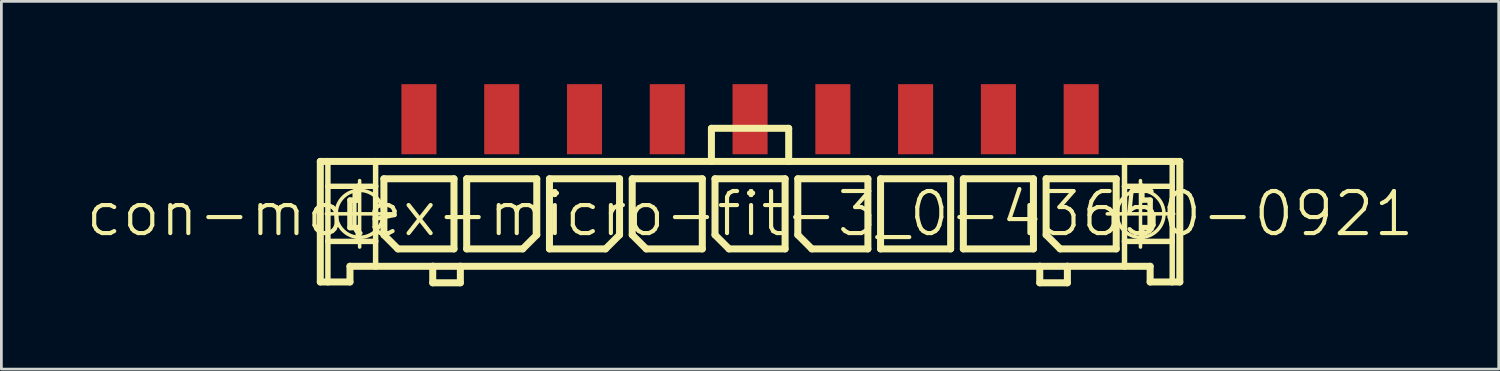
<source format=kicad_pcb>
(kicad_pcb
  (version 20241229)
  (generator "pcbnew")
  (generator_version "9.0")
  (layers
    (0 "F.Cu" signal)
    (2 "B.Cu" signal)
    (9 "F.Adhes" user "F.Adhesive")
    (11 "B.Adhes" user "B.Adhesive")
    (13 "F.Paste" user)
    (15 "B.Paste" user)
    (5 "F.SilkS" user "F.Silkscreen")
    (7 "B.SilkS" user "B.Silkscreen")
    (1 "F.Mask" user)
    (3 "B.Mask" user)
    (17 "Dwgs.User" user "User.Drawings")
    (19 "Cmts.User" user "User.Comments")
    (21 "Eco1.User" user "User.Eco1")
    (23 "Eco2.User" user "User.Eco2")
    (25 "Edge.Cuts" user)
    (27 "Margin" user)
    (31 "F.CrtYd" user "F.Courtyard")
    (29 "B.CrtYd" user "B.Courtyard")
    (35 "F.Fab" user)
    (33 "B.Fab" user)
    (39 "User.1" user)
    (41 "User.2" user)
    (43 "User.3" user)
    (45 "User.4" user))
  (footprint "con-molex-micro-fit-3_0-43650-0921"
    (layer "F.Cu")
    (at 24.13 4.699)
    (property "Reference" "con-molex-micro-fit-3_0-43650-0921" (at 0 0 0) (layer "F.SilkS") (effects (font (size 1.524 1.524) (thickness 0.15))))
    (attr smd)
    (fp_line (start -15.573 -1.9) (end -15.298 -1.9) (stroke (width 0.254) (type solid)) (layer "F.SilkS"))
    (fp_line (start -15.573 2.469) (end -15.573 -1.9) (stroke (width 0.254) (type solid)) (layer "F.SilkS"))
    (fp_line (start -15.354 0) (end -12.944 0) (stroke (width 0.127) (type solid)) (layer "F.SilkS"))
    (fp_line (start -15.298 -1.9) (end -13.569 -1.9) (stroke (width 0.254) (type solid)) (layer "F.SilkS"))
    (fp_line (start -15.298 -0.998) (end -15.298 -1.9) (stroke (width 0.198) (type solid)) (layer "F.SilkS"))
    (fp_line (start -15.298 0.998) (end -15.298 -0.998) (stroke (width 0.198) (type solid)) (layer "F.SilkS"))
    (fp_line (start -15.298 2.469) (end -15.573 2.469) (stroke (width 0.254) (type solid)) (layer "F.SilkS"))
    (fp_line (start -15.298 2.469) (end -15.298 0.998) (stroke (width 0.198) (type solid)) (layer "F.SilkS"))
    (fp_line (start -14.498 -0.498) (end -14.498 0.498) (stroke (width 0.198) (type solid)) (layer "F.SilkS"))
    (fp_line (start -14.498 0.498) (end -14.199 0.498) (stroke (width 0.198) (type solid)) (layer "F.SilkS"))
    (fp_line (start -14.498 1.9) (end -14.498 2.469) (stroke (width 0.254) (type solid)) (layer "F.SilkS"))
    (fp_line (start -14.498 2.469) (end -15.298 2.469) (stroke (width 0.254) (type solid)) (layer "F.SilkS"))
    (fp_line (start -14.199 -0.998) (end -15.298 -0.998) (stroke (width 0.198) (type solid)) (layer "F.SilkS"))
    (fp_line (start -14.199 -0.998) (end -14.199 -0.498) (stroke (width 0.198) (type solid)) (layer "F.SilkS"))
    (fp_line (start -14.199 -0.498) (end -14.498 -0.498) (stroke (width 0.198) (type solid)) (layer "F.SilkS"))
    (fp_line (start -14.199 0.498) (end -14.199 0.998) (stroke (width 0.198) (type solid)) (layer "F.SilkS"))
    (fp_line (start -14.199 0.998) (end -15.298 0.998) (stroke (width 0.198) (type solid)) (layer "F.SilkS"))
    (fp_line (start -14.148 1.204) (end -14.148 -1.204) (stroke (width 0.127) (type solid)) (layer "F.SilkS"))
    (fp_line (start -13.569 -1.9) (end -1.4 -1.9) (stroke (width 0.254) (type solid)) (layer "F.SilkS"))
    (fp_line (start -13.569 -0.998) (end -14.199 -0.998) (stroke (width 0.198) (type solid)) (layer "F.SilkS"))
    (fp_line (start -13.569 -0.998) (end -13.569 -1.9) (stroke (width 0.198) (type solid)) (layer "F.SilkS"))
    (fp_line (start -13.569 0.998) (end -14.199 0.998) (stroke (width 0.198) (type solid)) (layer "F.SilkS"))
    (fp_line (start -13.569 0.998) (end -13.569 -0.998) (stroke (width 0.198) (type solid)) (layer "F.SilkS"))
    (fp_line (start -13.569 1.9) (end -14.498 1.9) (stroke (width 0.254) (type solid)) (layer "F.SilkS"))
    (fp_line (start -13.569 1.9) (end -13.569 0.998) (stroke (width 0.198) (type solid)) (layer "F.SilkS"))
    (fp_line (start -13.269 -1.27) (end -10.729 -1.27) (stroke (width 0.254) (type solid)) (layer "F.SilkS"))
    (fp_line (start -13.269 0.762) (end -13.269 -1.27) (stroke (width 0.254) (type solid)) (layer "F.SilkS"))
    (fp_line (start -12.761 1.27) (end -13.269 0.762) (stroke (width 0.254) (type solid)) (layer "F.SilkS"))
    (fp_line (start -11.499 1.9) (end -13.569 1.9) (stroke (width 0.254) (type solid)) (layer "F.SilkS"))
    (fp_line (start -11.499 1.9) (end -11.499 2.499) (stroke (width 0.254) (type solid)) (layer "F.SilkS"))
    (fp_line (start -11.499 2.499) (end -10.498 2.499) (stroke (width 0.254) (type solid)) (layer "F.SilkS"))
    (fp_line (start -10.729 -1.27) (end -10.729 1.27) (stroke (width 0.254) (type solid)) (layer "F.SilkS"))
    (fp_line (start -10.729 1.27) (end -12.761 1.27) (stroke (width 0.254) (type solid)) (layer "F.SilkS"))
    (fp_line (start -10.498 1.9) (end -11.499 1.9) (stroke (width 0.254) (type solid)) (layer "F.SilkS"))
    (fp_line (start -10.498 2.499) (end -10.498 1.9) (stroke (width 0.254) (type solid)) (layer "F.SilkS"))
    (fp_line (start -10.269 -1.27) (end -7.729 -1.27) (stroke (width 0.254) (type solid)) (layer "F.SilkS"))
    (fp_line (start -10.269 1.27) (end -10.269 -1.27) (stroke (width 0.254) (type solid)) (layer "F.SilkS"))
    (fp_line (start -8.237 1.27) (end -10.269 1.27) (stroke (width 0.254) (type solid)) (layer "F.SilkS"))
    (fp_line (start -7.729 -1.27) (end -7.729 0.762) (stroke (width 0.254) (type solid)) (layer "F.SilkS"))
    (fp_line (start -7.729 0.762) (end -8.237 1.27) (stroke (width 0.254) (type solid)) (layer "F.SilkS"))
    (fp_line (start -7.269 -1.27) (end -4.729 -1.27) (stroke (width 0.254) (type solid)) (layer "F.SilkS"))
    (fp_line (start -7.269 1.27) (end -7.269 -1.27) (stroke (width 0.254) (type solid)) (layer "F.SilkS"))
    (fp_line (start -5.237 1.27) (end -7.269 1.27) (stroke (width 0.254) (type solid)) (layer "F.SilkS"))
    (fp_line (start -4.729 -1.27) (end -4.729 0.762) (stroke (width 0.254) (type solid)) (layer "F.SilkS"))
    (fp_line (start -4.729 0.762) (end -5.237 1.27) (stroke (width 0.254) (type solid)) (layer "F.SilkS"))
    (fp_line (start -4.27 -1.27) (end -1.73 -1.27) (stroke (width 0.254) (type solid)) (layer "F.SilkS"))
    (fp_line (start -4.27 0.762) (end -4.27 -1.27) (stroke (width 0.254) (type solid)) (layer "F.SilkS"))
    (fp_line (start -3.762 1.27) (end -4.27 0.762) (stroke (width 0.254) (type solid)) (layer "F.SilkS"))
    (fp_line (start -1.73 -1.27) (end -1.73 1.27) (stroke (width 0.254) (type solid)) (layer "F.SilkS"))
    (fp_line (start -1.73 1.27) (end -3.762 1.27) (stroke (width 0.254) (type solid)) (layer "F.SilkS"))
    (fp_line (start -1.4 -3.099) (end -1.4 -1.9) (stroke (width 0.254) (type solid)) (layer "F.SilkS"))
    (fp_line (start -1.4 -3.099) (end 1.4 -3.099) (stroke (width 0.254) (type solid)) (layer "F.SilkS"))
    (fp_line (start -1.4 -1.9) (end 1.4 -1.9) (stroke (width 0.254) (type solid)) (layer "F.SilkS"))
    (fp_line (start -1.27 -1.27) (end 1.27 -1.27) (stroke (width 0.254) (type solid)) (layer "F.SilkS"))
    (fp_line (start -1.27 0.762) (end -1.27 -1.27) (stroke (width 0.254) (type solid)) (layer "F.SilkS"))
    (fp_line (start -0.762 1.27) (end -1.27 0.762) (stroke (width 0.254) (type solid)) (layer "F.SilkS"))
    (fp_line (start 1.27 -1.27) (end 1.27 1.27) (stroke (width 0.254) (type solid)) (layer "F.SilkS"))
    (fp_line (start 1.27 1.27) (end -0.762 1.27) (stroke (width 0.254) (type solid)) (layer "F.SilkS"))
    (fp_line (start 1.4 -3.099) (end 1.4 -1.9) (stroke (width 0.254) (type solid)) (layer "F.SilkS"))
    (fp_line (start 1.4 -1.9) (end 13.569 -1.9) (stroke (width 0.254) (type solid)) (layer "F.SilkS"))
    (fp_line (start 1.73 -1.27) (end 4.27 -1.27) (stroke (width 0.254) (type solid)) (layer "F.SilkS"))
    (fp_line (start 1.73 0.762) (end 1.73 -1.27) (stroke (width 0.254) (type solid)) (layer "F.SilkS"))
    (fp_line (start 2.238 1.27) (end 1.73 0.762) (stroke (width 0.254) (type solid)) (layer "F.SilkS"))
    (fp_line (start 4.27 -1.27) (end 4.27 1.27) (stroke (width 0.254) (type solid)) (layer "F.SilkS"))
    (fp_line (start 4.27 1.27) (end 2.238 1.27) (stroke (width 0.254) (type solid)) (layer "F.SilkS"))
    (fp_line (start 4.729 -1.27) (end 7.269 -1.27) (stroke (width 0.254) (type solid)) (layer "F.SilkS"))
    (fp_line (start 4.729 1.27) (end 4.729 -1.27) (stroke (width 0.254) (type solid)) (layer "F.SilkS"))
    (fp_line (start 7.269 -1.27) (end 7.269 1.27) (stroke (width 0.254) (type solid)) (layer "F.SilkS"))
    (fp_line (start 7.269 1.27) (end 4.729 1.27) (stroke (width 0.254) (type solid)) (layer "F.SilkS"))
    (fp_line (start 7.729 -1.27) (end 10.269 -1.27) (stroke (width 0.254) (type solid)) (layer "F.SilkS"))
    (fp_line (start 7.729 1.27) (end 7.729 -1.27) (stroke (width 0.254) (type solid)) (layer "F.SilkS"))
    (fp_line (start 10.269 -1.27) (end 10.269 1.27) (stroke (width 0.254) (type solid)) (layer "F.SilkS"))
    (fp_line (start 10.269 1.27) (end 7.729 1.27) (stroke (width 0.254) (type solid)) (layer "F.SilkS"))
    (fp_line (start 10.498 1.9) (end -10.498 1.9) (stroke (width 0.254) (type solid)) (layer "F.SilkS"))
    (fp_line (start 10.498 1.9) (end 10.498 2.499) (stroke (width 0.254) (type solid)) (layer "F.SilkS"))
    (fp_line (start 10.498 2.499) (end 11.499 2.499) (stroke (width 0.254) (type solid)) (layer "F.SilkS"))
    (fp_line (start 10.729 -1.27) (end 13.269 -1.27) (stroke (width 0.254) (type solid)) (layer "F.SilkS"))
    (fp_line (start 10.729 0.762) (end 10.729 -1.27) (stroke (width 0.254) (type solid)) (layer "F.SilkS"))
    (fp_line (start 11.237 1.27) (end 10.729 0.762) (stroke (width 0.254) (type solid)) (layer "F.SilkS"))
    (fp_line (start 11.499 1.9) (end 10.498 1.9) (stroke (width 0.254) (type solid)) (layer "F.SilkS"))
    (fp_line (start 11.499 2.499) (end 11.499 1.9) (stroke (width 0.254) (type solid)) (layer "F.SilkS"))
    (fp_line (start 12.944 0) (end 15.354 0) (stroke (width 0.127) (type solid)) (layer "F.SilkS"))
    (fp_line (start 13.269 -1.27) (end 13.269 1.27) (stroke (width 0.254) (type solid)) (layer "F.SilkS"))
    (fp_line (start 13.269 1.27) (end 11.237 1.27) (stroke (width 0.254) (type solid)) (layer "F.SilkS"))
    (fp_line (start 13.569 -1.9) (end 13.569 -0.998) (stroke (width 0.198) (type solid)) (layer "F.SilkS"))
    (fp_line (start 13.569 -1.9) (end 15.298 -1.9) (stroke (width 0.254) (type solid)) (layer "F.SilkS"))
    (fp_line (start 13.569 -0.998) (end 13.569 0.998) (stroke (width 0.198) (type solid)) (layer "F.SilkS"))
    (fp_line (start 13.569 -0.998) (end 14.199 -0.998) (stroke (width 0.198) (type solid)) (layer "F.SilkS"))
    (fp_line (start 13.569 0.998) (end 13.569 1.9) (stroke (width 0.198) (type solid)) (layer "F.SilkS"))
    (fp_line (start 13.569 0.998) (end 14.199 0.998) (stroke (width 0.198) (type solid)) (layer "F.SilkS"))
    (fp_line (start 13.569 1.9) (end 11.499 1.9) (stroke (width 0.254) (type solid)) (layer "F.SilkS"))
    (fp_line (start 14.148 1.204) (end 14.148 -1.204) (stroke (width 0.127) (type solid)) (layer "F.SilkS"))
    (fp_line (start 14.199 -0.998) (end 14.199 -0.498) (stroke (width 0.198) (type solid)) (layer "F.SilkS"))
    (fp_line (start 14.199 -0.998) (end 15.298 -0.998) (stroke (width 0.198) (type solid)) (layer "F.SilkS"))
    (fp_line (start 14.199 -0.498) (end 14.498 -0.498) (stroke (width 0.198) (type solid)) (layer "F.SilkS"))
    (fp_line (start 14.199 0.498) (end 14.199 0.998) (stroke (width 0.198) (type solid)) (layer "F.SilkS"))
    (fp_line (start 14.199 0.998) (end 15.298 0.998) (stroke (width 0.198) (type solid)) (layer "F.SilkS"))
    (fp_line (start 14.498 -0.498) (end 14.498 0.498) (stroke (width 0.198) (type solid)) (layer "F.SilkS"))
    (fp_line (start 14.498 0.498) (end 14.199 0.498) (stroke (width 0.198) (type solid)) (layer "F.SilkS"))
    (fp_line (start 14.498 1.9) (end 13.569 1.9) (stroke (width 0.254) (type solid)) (layer "F.SilkS"))
    (fp_line (start 14.498 2.469) (end 14.498 1.9) (stroke (width 0.254) (type solid)) (layer "F.SilkS"))
    (fp_line (start 14.498 2.469) (end 15.298 2.469) (stroke (width 0.254) (type solid)) (layer "F.SilkS"))
    (fp_line (start 15.298 -1.9) (end 15.573 -1.9) (stroke (width 0.254) (type solid)) (layer "F.SilkS"))
    (fp_line (start 15.298 -0.998) (end 15.298 -1.9) (stroke (width 0.198) (type solid)) (layer "F.SilkS"))
    (fp_line (start 15.298 0.998) (end 15.298 -0.998) (stroke (width 0.198) (type solid)) (layer "F.SilkS"))
    (fp_line (start 15.298 2.469) (end 15.298 0.998) (stroke (width 0.198) (type solid)) (layer "F.SilkS"))
    (fp_line (start 15.298 2.469) (end 15.573 2.469) (stroke (width 0.254) (type solid)) (layer "F.SilkS"))
    (fp_line (start 15.573 -1.9) (end 15.573 2.469) (stroke (width 0.254) (type solid)) (layer "F.SilkS"))
    (fp_circle (center -14.148 0) (end -14.75 0.602) (stroke (width 0.127) (type solid)) (fill no) (layer "F.SilkS"))
    (fp_circle (center 14.148 0) (end 14.75 0.602) (stroke (width 0.127) (type solid)) (fill no) (layer "F.SilkS"))
    (pad "P$1" smd rect (at 11.999 -3.429) (size 1.27 2.54) (layers "F.Cu" "F.Mask" "F.Paste"))
    (pad "P$2" smd rect (at 8.999 -3.429) (size 1.27 2.54) (layers "F.Cu" "F.Mask" "F.Paste"))
    (pad "P$3" smd rect (at 5.999 -3.429) (size 1.27 2.54) (layers "F.Cu" "F.Mask" "F.Paste"))
    (pad "P$4" smd rect (at 3 -3.429) (size 1.27 2.54) (layers "F.Cu" "F.Mask" "F.Paste"))
    (pad "P$5" smd rect (at 0 -3.429) (size 1.27 2.54) (layers "F.Cu" "F.Mask" "F.Paste"))
    (pad "P$6" smd rect (at -3 -3.429) (size 1.27 2.54) (layers "F.Cu" "F.Mask" "F.Paste"))
    (pad "P$7" smd rect (at -5.999 -3.429) (size 1.27 2.54) (layers "F.Cu" "F.Mask" "F.Paste"))
    (pad "P$8" smd rect (at -8.999 -3.429) (size 1.27 2.54) (layers "F.Cu" "F.Mask" "F.Paste"))
    (pad "P$9" smd rect (at -11.999 -3.429) (size 1.27 2.54) (layers "F.Cu" "F.Mask" "F.Paste")))
  (gr_rect
    (start -3 -3)
    (end 51.26 10.325)
    (stroke (width 0.1) (type default))
    (fill no)
    (layer "Edge.Cuts")))
</source>
